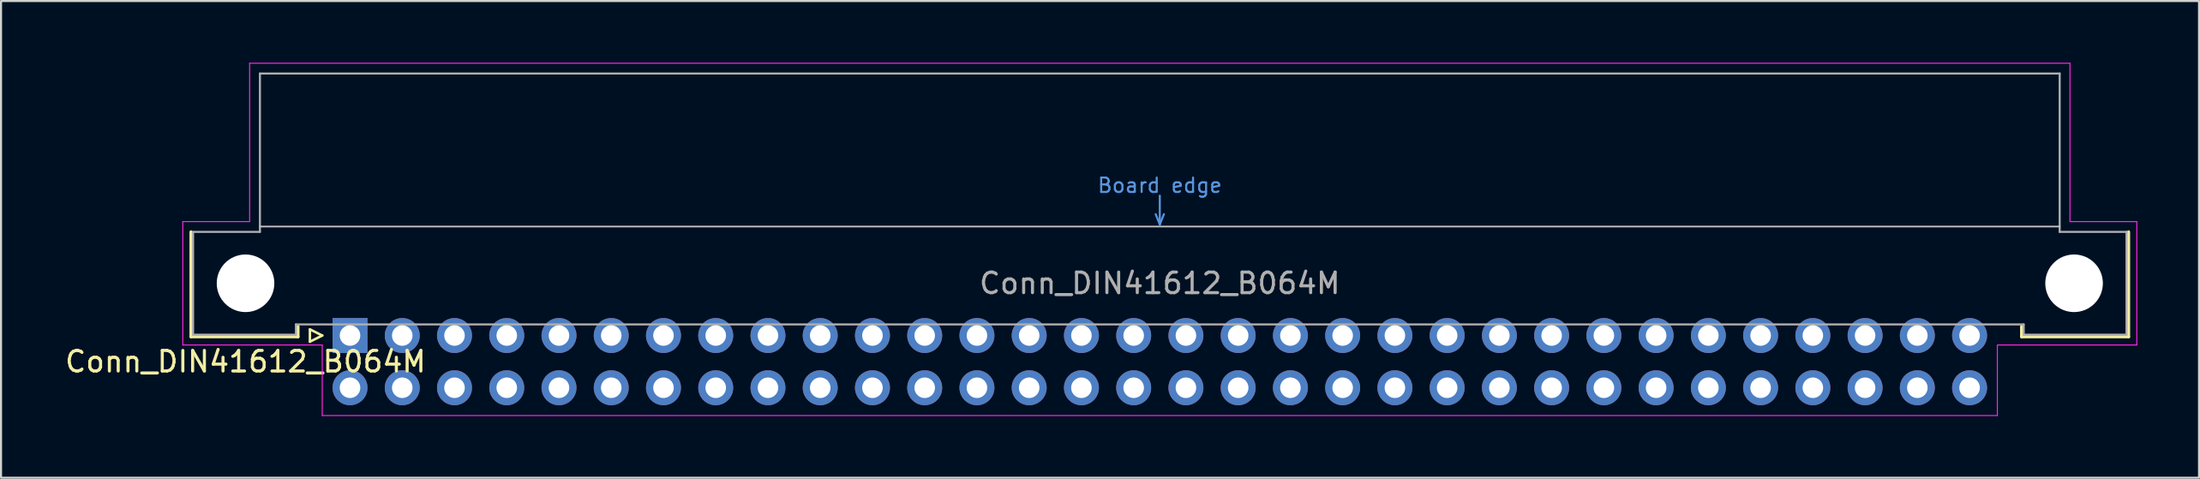
<source format=kicad_pcb>
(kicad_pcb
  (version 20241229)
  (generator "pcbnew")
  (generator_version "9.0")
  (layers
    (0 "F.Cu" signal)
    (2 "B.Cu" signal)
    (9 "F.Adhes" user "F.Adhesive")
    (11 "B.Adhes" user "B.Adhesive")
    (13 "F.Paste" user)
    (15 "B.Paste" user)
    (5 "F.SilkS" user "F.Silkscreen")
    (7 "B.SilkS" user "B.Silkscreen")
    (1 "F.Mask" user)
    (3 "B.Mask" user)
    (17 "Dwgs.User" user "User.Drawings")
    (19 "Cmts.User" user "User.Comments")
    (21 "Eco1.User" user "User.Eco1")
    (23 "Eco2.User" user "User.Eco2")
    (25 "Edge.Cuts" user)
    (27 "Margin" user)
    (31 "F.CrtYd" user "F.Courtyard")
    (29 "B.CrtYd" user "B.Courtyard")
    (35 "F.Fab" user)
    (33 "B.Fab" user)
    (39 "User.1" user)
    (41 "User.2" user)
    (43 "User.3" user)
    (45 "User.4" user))
  (footprint "Conn_DIN41612_B064M"
    (layer "F.Cu")
    (at 13.967 13.265)
    (property "Reference" "Conn_DIN41612_B064M" (at -5.08 1.27 0) (layer "F.SilkS") (effects (font (size 1 1) (thickness 0.15))))
    (attr through_hole)
    (fp_line (start -7.73 0.06) (end -7.73 -5.04) (stroke (width 0.15) (type solid)) (layer "F.SilkS"))
    (fp_line (start -2.53 -0.44) (end -2.53 0.06) (stroke (width 0.15) (type solid)) (layer "F.SilkS"))
    (fp_line (start -2.53 0.06) (end -7.73 0.06) (stroke (width 0.15) (type solid)) (layer "F.SilkS"))
    (fp_line (start -1.95 -0.3) (end -1.95 0.3) (stroke (width 0.12) (type solid)) (layer "F.SilkS"))
    (fp_line (start -1.95 0.3) (end -1.35 0) (stroke (width 0.12) (type solid)) (layer "F.SilkS"))
    (fp_line (start -1.35 0) (end -1.95 -0.3) (stroke (width 0.12) (type solid)) (layer "F.SilkS"))
    (fp_line (start 81.27 -0.44) (end 81.27 0.06) (stroke (width 0.15) (type solid)) (layer "F.SilkS"))
    (fp_line (start 81.27 0.06) (end 86.47 0.06) (stroke (width 0.15) (type solid)) (layer "F.SilkS"))
    (fp_line (start 86.47 0.06) (end 86.47 -5.04) (stroke (width 0.15) (type solid)) (layer "F.SilkS"))
    (fp_line (start -4.38 -5.3) (end 83.12 -5.3) (stroke (width 0.08) (type solid)) (layer "Dwgs.User"))
    (fp_line (start 39.17 -5.9) (end 39.37 -5.4) (stroke (width 0.1) (type solid)) (layer "Cmts.User"))
    (fp_line (start 39.37 -6.8) (end 39.37 -5.4) (stroke (width 0.1) (type solid)) (layer "Cmts.User"))
    (fp_line (start 39.37 -5.4) (end 39.57 -5.9) (stroke (width 0.1) (type solid)) (layer "Cmts.User"))
    (fp_line (start -8.13 -5.54) (end -4.88 -5.54) (stroke (width 0.05) (type solid)) (layer "F.CrtYd"))
    (fp_line (start -8.13 0.46) (end -8.13 -5.54) (stroke (width 0.05) (type solid)) (layer "F.CrtYd"))
    (fp_line (start -4.88 -13.24) (end 83.62 -13.24) (stroke (width 0.05) (type solid)) (layer "F.CrtYd"))
    (fp_line (start -4.88 -5.54) (end -4.88 -13.24) (stroke (width 0.05) (type solid)) (layer "F.CrtYd"))
    (fp_line (start -1.35 0.46) (end -8.13 0.46) (stroke (width 0.05) (type solid)) (layer "F.CrtYd"))
    (fp_line (start -1.35 3.89) (end -1.35 0.46) (stroke (width 0.05) (type solid)) (layer "F.CrtYd"))
    (fp_line (start 80.09 0.46) (end 80.09 3.89) (stroke (width 0.05) (type solid)) (layer "F.CrtYd"))
    (fp_line (start 80.09 3.89) (end -1.35 3.89) (stroke (width 0.05) (type solid)) (layer "F.CrtYd"))
    (fp_line (start 80.87 0.46) (end 80.09 0.46) (stroke (width 0.05) (type solid)) (layer "F.CrtYd"))
    (fp_line (start 83.62 -13.24) (end 83.62 -5.54) (stroke (width 0.05) (type solid)) (layer "F.CrtYd"))
    (fp_line (start 83.62 -5.54) (end 86.87 -5.54) (stroke (width 0.05) (type solid)) (layer "F.CrtYd"))
    (fp_line (start 86.87 -5.54) (end 86.87 0.46) (stroke (width 0.05) (type solid)) (layer "F.CrtYd"))
    (fp_line (start 86.87 0.46) (end 80.87 0.46) (stroke (width 0.05) (type solid)) (layer "F.CrtYd"))
    (fp_line (start -7.63 -5.04) (end -4.38 -5.04) (stroke (width 0.1) (type solid)) (layer "F.Fab"))
    (fp_line (start -7.63 -0.04) (end -7.63 -5.04) (stroke (width 0.1) (type solid)) (layer "F.Fab"))
    (fp_line (start -4.38 -12.74) (end 83.12 -12.74) (stroke (width 0.1) (type solid)) (layer "F.Fab"))
    (fp_line (start -4.38 -5.04) (end -4.38 -12.74) (stroke (width 0.1) (type solid)) (layer "F.Fab"))
    (fp_line (start -2.63 -0.54) (end -2.63 -0.04) (stroke (width 0.1) (type solid)) (layer "F.Fab"))
    (fp_line (start -2.63 -0.04) (end -7.63 -0.04) (stroke (width 0.1) (type solid)) (layer "F.Fab"))
    (fp_line (start 81.37 -0.54) (end -2.63 -0.54) (stroke (width 0.1) (type solid)) (layer "F.Fab"))
    (fp_line (start 81.37 -0.04) (end 81.37 -0.54) (stroke (width 0.1) (type solid)) (layer "F.Fab"))
    (fp_line (start 83.12 -12.74) (end 83.12 -5.04) (stroke (width 0.1) (type solid)) (layer "F.Fab"))
    (fp_line (start 83.12 -5.04) (end 86.37 -5.04) (stroke (width 0.1) (type solid)) (layer "F.Fab"))
    (fp_line (start 86.37 -5.04) (end 86.37 -0.04) (stroke (width 0.1) (type solid)) (layer "F.Fab"))
    (fp_line (start 86.37 -0.04) (end 81.37 -0.04) (stroke (width 0.1) (type solid)) (layer "F.Fab"))
    (fp_text user "Board edge" (at 39.37 -7.3 0) (layer "Cmts.User") (effects (font (size 0.7 0.7) (thickness 0.1))))
    (fp_text user "${REFERENCE}" (at 39.37 -2.54 0) (layer "F.Fab") (effects (font (size 1 1) (thickness 0.15))))
    (pad "" np_thru_hole circle (at -5.08 -2.54) (size 2.8 2.8) (drill 2.8) (layers "*.Cu" "*.Mask"))
    (pad "" np_thru_hole circle (at 83.82 -2.54) (size 2.8 2.8) (drill 2.8) (layers "*.Cu" "*.Mask"))
    (pad "A1" thru_hole rect (at 0 0) (size 1.7 1.7) (drill 1) (layers "*.Cu" "*.Mask"))
    (pad "A2" thru_hole circle (at 2.54 0) (size 1.7 1.7) (drill 1) (layers "*.Cu" "*.Mask"))
    (pad "A3" thru_hole circle (at 5.08 0) (size 1.7 1.7) (drill 1) (layers "*.Cu" "*.Mask"))
    (pad "A4" thru_hole circle (at 7.62 0) (size 1.7 1.7) (drill 1) (layers "*.Cu" "*.Mask"))
    (pad "A5" thru_hole circle (at 10.16 0) (size 1.7 1.7) (drill 1) (layers "*.Cu" "*.Mask"))
    (pad "A6" thru_hole circle (at 12.7 0) (size 1.7 1.7) (drill 1) (layers "*.Cu" "*.Mask"))
    (pad "A7" thru_hole circle (at 15.24 0) (size 1.7 1.7) (drill 1) (layers "*.Cu" "*.Mask"))
    (pad "A8" thru_hole circle (at 17.78 0) (size 1.7 1.7) (drill 1) (layers "*.Cu" "*.Mask"))
    (pad "A9" thru_hole circle (at 20.32 0) (size 1.7 1.7) (drill 1) (layers "*.Cu" "*.Mask"))
    (pad "A10" thru_hole circle (at 22.86 0) (size 1.7 1.7) (drill 1) (layers "*.Cu" "*.Mask"))
    (pad "A11" thru_hole circle (at 25.4 0) (size 1.7 1.7) (drill 1) (layers "*.Cu" "*.Mask"))
    (pad "A12" thru_hole circle (at 27.94 0) (size 1.7 1.7) (drill 1) (layers "*.Cu" "*.Mask"))
    (pad "A13" thru_hole circle (at 30.48 0) (size 1.7 1.7) (drill 1) (layers "*.Cu" "*.Mask"))
    (pad "A14" thru_hole circle (at 33.02 0) (size 1.7 1.7) (drill 1) (layers "*.Cu" "*.Mask"))
    (pad "A15" thru_hole circle (at 35.56 0) (size 1.7 1.7) (drill 1) (layers "*.Cu" "*.Mask"))
    (pad "A16" thru_hole circle (at 38.1 0) (size 1.7 1.7) (drill 1) (layers "*.Cu" "*.Mask"))
    (pad "A17" thru_hole circle (at 40.64 0) (size 1.7 1.7) (drill 1) (layers "*.Cu" "*.Mask"))
    (pad "A18" thru_hole circle (at 43.18 0) (size 1.7 1.7) (drill 1) (layers "*.Cu" "*.Mask"))
    (pad "A19" thru_hole circle (at 45.72 0) (size 1.7 1.7) (drill 1) (layers "*.Cu" "*.Mask"))
    (pad "A20" thru_hole circle (at 48.26 0) (size 1.7 1.7) (drill 1) (layers "*.Cu" "*.Mask"))
    (pad "A21" thru_hole circle (at 50.8 0) (size 1.7 1.7) (drill 1) (layers "*.Cu" "*.Mask"))
    (pad "A22" thru_hole circle (at 53.34 0) (size 1.7 1.7) (drill 1) (layers "*.Cu" "*.Mask"))
    (pad "A23" thru_hole circle (at 55.88 0) (size 1.7 1.7) (drill 1) (layers "*.Cu" "*.Mask"))
    (pad "A24" thru_hole circle (at 58.42 0) (size 1.7 1.7) (drill 1) (layers "*.Cu" "*.Mask"))
    (pad "A25" thru_hole circle (at 60.96 0) (size 1.7 1.7) (drill 1) (layers "*.Cu" "*.Mask"))
    (pad "A26" thru_hole circle (at 63.5 0) (size 1.7 1.7) (drill 1) (layers "*.Cu" "*.Mask"))
    (pad "A27" thru_hole circle (at 66.04 0) (size 1.7 1.7) (drill 1) (layers "*.Cu" "*.Mask"))
    (pad "A28" thru_hole circle (at 68.58 0) (size 1.7 1.7) (drill 1) (layers "*.Cu" "*.Mask"))
    (pad "A29" thru_hole circle (at 71.12 0) (size 1.7 1.7) (drill 1) (layers "*.Cu" "*.Mask"))
    (pad "A30" thru_hole circle (at 73.66 0) (size 1.7 1.7) (drill 1) (layers "*.Cu" "*.Mask"))
    (pad "A31" thru_hole circle (at 76.2 0) (size 1.7 1.7) (drill 1) (layers "*.Cu" "*.Mask"))
    (pad "A32" thru_hole circle (at 78.74 0) (size 1.7 1.7) (drill 1) (layers "*.Cu" "*.Mask"))
    (pad "B1" thru_hole circle (at 0 2.54) (size 1.7 1.7) (drill 1) (layers "*.Cu" "*.Mask"))
    (pad "B2" thru_hole circle (at 2.54 2.54) (size 1.7 1.7) (drill 1) (layers "*.Cu" "*.Mask"))
    (pad "B3" thru_hole circle (at 5.08 2.54) (size 1.7 1.7) (drill 1) (layers "*.Cu" "*.Mask"))
    (pad "B4" thru_hole circle (at 7.62 2.54) (size 1.7 1.7) (drill 1) (layers "*.Cu" "*.Mask"))
    (pad "B5" thru_hole circle (at 10.16 2.54) (size 1.7 1.7) (drill 1) (layers "*.Cu" "*.Mask"))
    (pad "B6" thru_hole circle (at 12.7 2.54) (size 1.7 1.7) (drill 1) (layers "*.Cu" "*.Mask"))
    (pad "B7" thru_hole circle (at 15.24 2.54) (size 1.7 1.7) (drill 1) (layers "*.Cu" "*.Mask"))
    (pad "B8" thru_hole circle (at 17.78 2.54) (size 1.7 1.7) (drill 1) (layers "*.Cu" "*.Mask"))
    (pad "B9" thru_hole circle (at 20.32 2.54) (size 1.7 1.7) (drill 1) (layers "*.Cu" "*.Mask"))
    (pad "B10" thru_hole circle (at 22.86 2.54) (size 1.7 1.7) (drill 1) (layers "*.Cu" "*.Mask"))
    (pad "B11" thru_hole circle (at 25.4 2.54) (size 1.7 1.7) (drill 1) (layers "*.Cu" "*.Mask"))
    (pad "B12" thru_hole circle (at 27.94 2.54) (size 1.7 1.7) (drill 1) (layers "*.Cu" "*.Mask"))
    (pad "B13" thru_hole circle (at 30.48 2.54) (size 1.7 1.7) (drill 1) (layers "*.Cu" "*.Mask"))
    (pad "B14" thru_hole circle (at 33.02 2.54) (size 1.7 1.7) (drill 1) (layers "*.Cu" "*.Mask"))
    (pad "B15" thru_hole circle (at 35.56 2.54) (size 1.7 1.7) (drill 1) (layers "*.Cu" "*.Mask"))
    (pad "B16" thru_hole circle (at 38.1 2.54) (size 1.7 1.7) (drill 1) (layers "*.Cu" "*.Mask"))
    (pad "B17" thru_hole circle (at 40.64 2.54) (size 1.7 1.7) (drill 1) (layers "*.Cu" "*.Mask"))
    (pad "B18" thru_hole circle (at 43.18 2.54) (size 1.7 1.7) (drill 1) (layers "*.Cu" "*.Mask"))
    (pad "B19" thru_hole circle (at 45.72 2.54) (size 1.7 1.7) (drill 1) (layers "*.Cu" "*.Mask"))
    (pad "B20" thru_hole circle (at 48.26 2.54) (size 1.7 1.7) (drill 1) (layers "*.Cu" "*.Mask"))
    (pad "B21" thru_hole circle (at 50.8 2.54) (size 1.7 1.7) (drill 1) (layers "*.Cu" "*.Mask"))
    (pad "B22" thru_hole circle (at 53.34 2.54) (size 1.7 1.7) (drill 1) (layers "*.Cu" "*.Mask"))
    (pad "B23" thru_hole circle (at 55.88 2.54) (size 1.7 1.7) (drill 1) (layers "*.Cu" "*.Mask"))
    (pad "B24" thru_hole circle (at 58.42 2.54) (size 1.7 1.7) (drill 1) (layers "*.Cu" "*.Mask"))
    (pad "B25" thru_hole circle (at 60.96 2.54) (size 1.7 1.7) (drill 1) (layers "*.Cu" "*.Mask"))
    (pad "B26" thru_hole circle (at 63.5 2.54) (size 1.7 1.7) (drill 1) (layers "*.Cu" "*.Mask"))
    (pad "B27" thru_hole circle (at 66.04 2.54) (size 1.7 1.7) (drill 1) (layers "*.Cu" "*.Mask"))
    (pad "B28" thru_hole circle (at 68.58 2.54) (size 1.7 1.7) (drill 1) (layers "*.Cu" "*.Mask"))
    (pad "B29" thru_hole circle (at 71.12 2.54) (size 1.7 1.7) (drill 1) (layers "*.Cu" "*.Mask"))
    (pad "B30" thru_hole circle (at 73.66 2.54) (size 1.7 1.7) (drill 1) (layers "*.Cu" "*.Mask"))
    (pad "B31" thru_hole circle (at 76.2 2.54) (size 1.7 1.7) (drill 1) (layers "*.Cu" "*.Mask"))
    (pad "B32" thru_hole circle (at 78.74 2.54) (size 1.7 1.7) (drill 1) (layers "*.Cu" "*.Mask")))
  (gr_rect
    (start -3 -3)
    (end 103.862 20.18)
    (stroke (width 0.1) (type default))
    (fill no)
    (layer "Edge.Cuts")))
</source>
